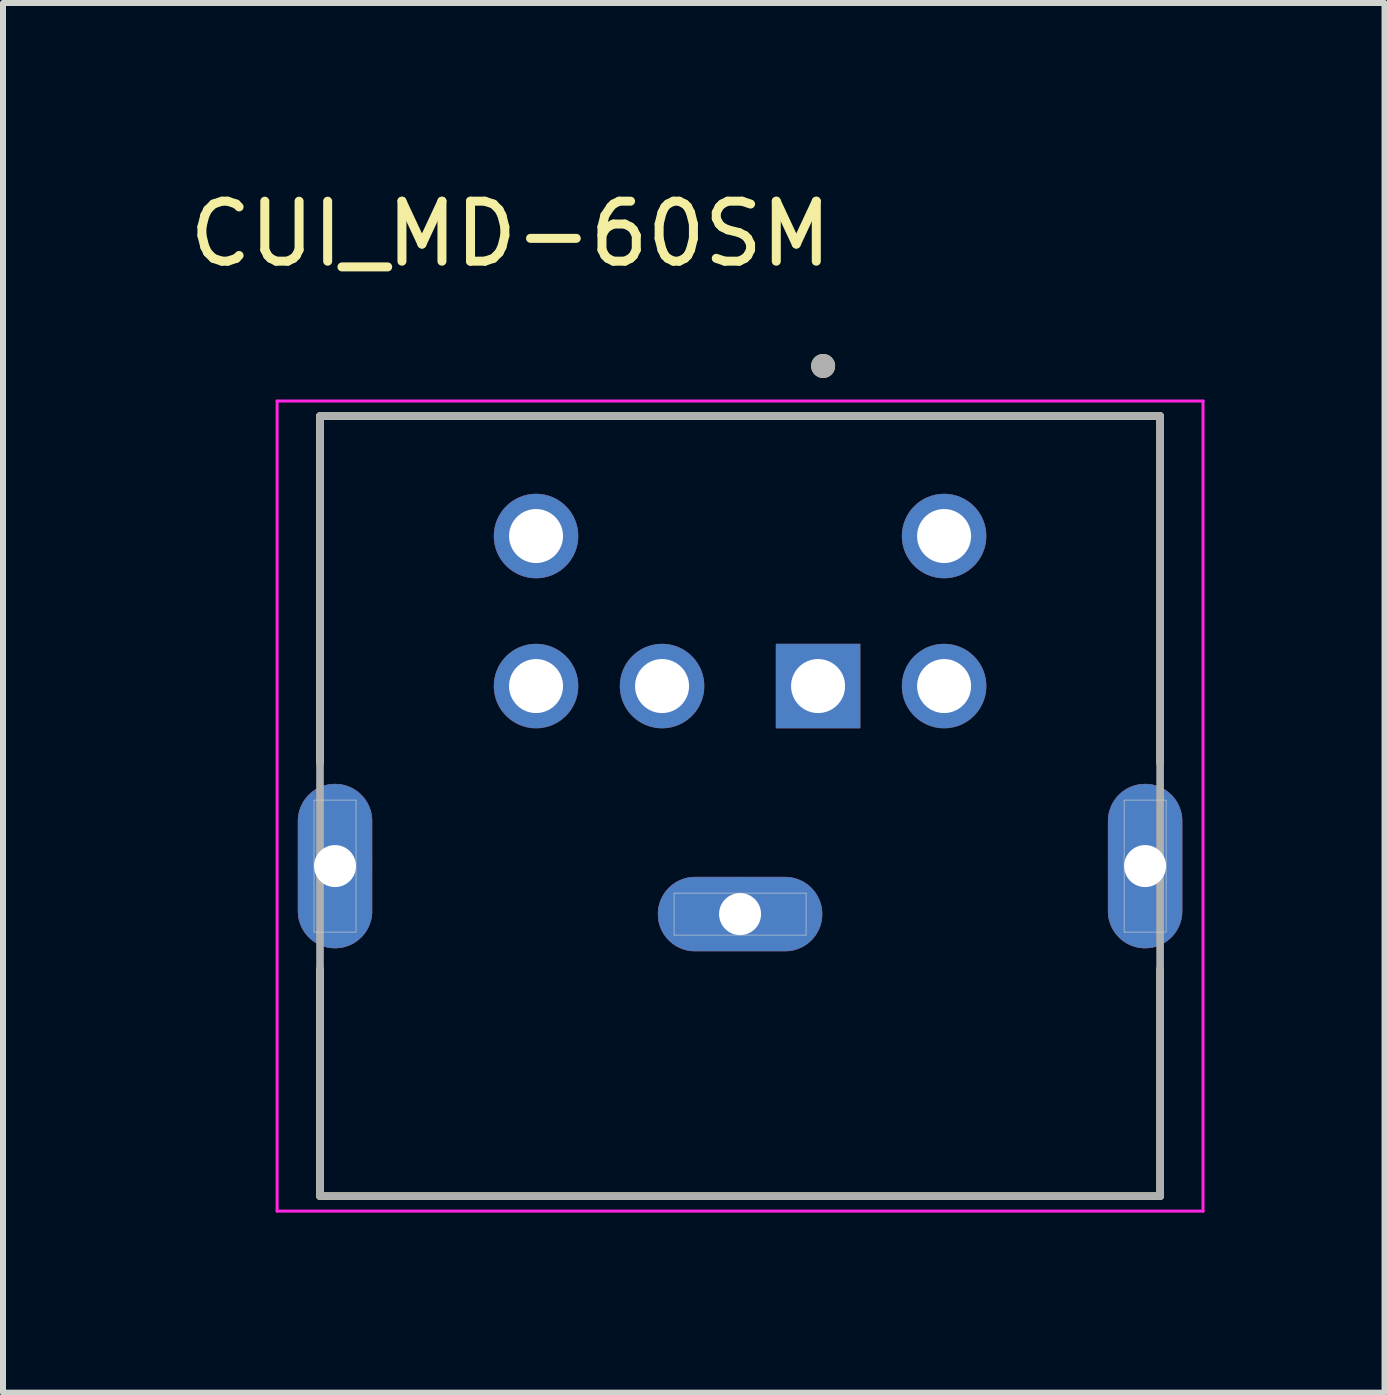
<source format=kicad_pcb>
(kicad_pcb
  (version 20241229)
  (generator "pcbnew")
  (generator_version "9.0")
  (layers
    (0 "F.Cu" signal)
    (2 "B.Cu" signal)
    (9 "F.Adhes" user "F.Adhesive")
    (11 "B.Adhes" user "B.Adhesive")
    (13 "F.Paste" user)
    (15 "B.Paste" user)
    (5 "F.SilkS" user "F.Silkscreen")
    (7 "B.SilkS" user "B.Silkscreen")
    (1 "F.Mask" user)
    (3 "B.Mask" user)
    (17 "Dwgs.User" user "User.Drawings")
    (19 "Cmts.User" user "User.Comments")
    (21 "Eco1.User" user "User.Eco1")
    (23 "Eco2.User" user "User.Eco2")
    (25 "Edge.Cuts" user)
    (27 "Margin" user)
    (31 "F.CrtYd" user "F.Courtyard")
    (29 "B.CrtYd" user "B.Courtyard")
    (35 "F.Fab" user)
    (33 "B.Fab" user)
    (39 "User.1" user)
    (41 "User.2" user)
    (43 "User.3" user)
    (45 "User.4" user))
  (footprint "CUI_MD-60SM"
    (layer "F.Cu")
    (at 9.283 12.183)
    (property "Reference" "CUI_MD-60SM" (at -3.825 -11.335 0) (layer "F.SilkS") (effects (font (size 1 1) (thickness 0.15))))
    (attr through_hole)
    (fp_poly (pts (xy -6.135 -1.55) (xy -6.135 -0.05) (xy -6.136 -0.018) (xy -6.138 0.014) (xy -6.143 0.046) (xy -6.148 0.078) (xy -6.156 0.109) (xy -6.165 0.14) (xy -6.176 0.17) (xy -6.188 0.2) (xy -6.202 0.229) (xy -6.217 0.257) (xy -6.234 0.285) (xy -6.252 0.311) (xy -6.272 0.337) (xy -6.293 0.362) (xy -6.315 0.385) (xy -6.338 0.407) (xy -6.363 0.428) (xy -6.389 0.448) (xy -6.415 0.466) (xy -6.442 0.483) (xy -6.471 0.498) (xy -6.5 0.512) (xy -6.53 0.524) (xy -6.56 0.535) (xy -6.591 0.544) (xy -6.622 0.552) (xy -6.654 0.557) (xy -6.686 0.562) (xy -6.718 0.564) (xy -6.75 0.565) (xy -6.782 0.564) (xy -6.814 0.562) (xy -6.846 0.557) (xy -6.878 0.552) (xy -6.909 0.544) (xy -6.94 0.535) (xy -6.97 0.524) (xy -7 0.512) (xy -7.029 0.498) (xy -7.058 0.483) (xy -7.085 0.466) (xy -7.111 0.448) (xy -7.137 0.428) (xy -7.162 0.407) (xy -7.185 0.385) (xy -7.207 0.362) (xy -7.228 0.337) (xy -7.248 0.311) (xy -7.266 0.285) (xy -7.283 0.257) (xy -7.298 0.229) (xy -7.312 0.2) (xy -7.324 0.17) (xy -7.335 0.14) (xy -7.344 0.109) (xy -7.352 0.078) (xy -7.357 0.046) (xy -7.362 0.014) (xy -7.364 -0.018) (xy -7.365 -0.05) (xy -7.365 -1.55) (xy -7.364 -1.582) (xy -7.362 -1.614) (xy -7.357 -1.646) (xy -7.352 -1.678) (xy -7.344 -1.709) (xy -7.335 -1.74) (xy -7.324 -1.77) (xy -7.312 -1.8) (xy -7.298 -1.829) (xy -7.283 -1.857) (xy -7.266 -1.885) (xy -7.248 -1.911) (xy -7.228 -1.937) (xy -7.207 -1.962) (xy -7.185 -1.985) (xy -7.162 -2.007) (xy -7.137 -2.028) (xy -7.111 -2.048) (xy -7.085 -2.066) (xy -7.058 -2.083) (xy -7.029 -2.098) (xy -7 -2.112) (xy -6.97 -2.124) (xy -6.94 -2.135) (xy -6.909 -2.144) (xy -6.878 -2.152) (xy -6.846 -2.157) (xy -6.814 -2.162) (xy -6.782 -2.164) (xy -6.75 -2.165) (xy -6.718 -2.164) (xy -6.686 -2.162) (xy -6.654 -2.157) (xy -6.622 -2.152) (xy -6.591 -2.144) (xy -6.56 -2.135) (xy -6.53 -2.124) (xy -6.5 -2.112) (xy -6.471 -2.098) (xy -6.442 -2.083) (xy -6.415 -2.066) (xy -6.389 -2.048) (xy -6.363 -2.028) (xy -6.338 -2.007) (xy -6.315 -1.985) (xy -6.293 -1.962) (xy -6.272 -1.937) (xy -6.252 -1.911) (xy -6.234 -1.885) (xy -6.217 -1.857) (xy -6.202 -1.829) (xy -6.188 -1.8) (xy -6.176 -1.77) (xy -6.165 -1.74) (xy -6.156 -1.709) (xy -6.148 -1.678) (xy -6.143 -1.646) (xy -6.138 -1.614) (xy -6.136 -1.582) (xy -6.135 -1.55)) (stroke (width 0.01) (type solid)) (fill yes) (layer "F.Cu"))
    (fp_poly (pts (xy 7.365 -1.55) (xy 7.365 -0.05) (xy 7.364 -0.018) (xy 7.362 0.014) (xy 7.357 0.046) (xy 7.352 0.078) (xy 7.344 0.109) (xy 7.335 0.14) (xy 7.324 0.17) (xy 7.312 0.2) (xy 7.298 0.229) (xy 7.283 0.257) (xy 7.266 0.285) (xy 7.248 0.311) (xy 7.228 0.337) (xy 7.207 0.362) (xy 7.185 0.385) (xy 7.162 0.407) (xy 7.137 0.428) (xy 7.111 0.448) (xy 7.085 0.466) (xy 7.058 0.483) (xy 7.029 0.498) (xy 7 0.512) (xy 6.97 0.524) (xy 6.94 0.535) (xy 6.909 0.544) (xy 6.878 0.552) (xy 6.846 0.557) (xy 6.814 0.562) (xy 6.782 0.564) (xy 6.75 0.565) (xy 6.718 0.564) (xy 6.686 0.562) (xy 6.654 0.557) (xy 6.622 0.552) (xy 6.591 0.544) (xy 6.56 0.535) (xy 6.53 0.524) (xy 6.5 0.512) (xy 6.471 0.498) (xy 6.442 0.483) (xy 6.415 0.466) (xy 6.389 0.448) (xy 6.363 0.428) (xy 6.338 0.407) (xy 6.315 0.385) (xy 6.293 0.362) (xy 6.272 0.337) (xy 6.252 0.311) (xy 6.234 0.285) (xy 6.217 0.257) (xy 6.202 0.229) (xy 6.188 0.2) (xy 6.176 0.17) (xy 6.165 0.14) (xy 6.156 0.109) (xy 6.148 0.078) (xy 6.143 0.046) (xy 6.138 0.014) (xy 6.136 -0.018) (xy 6.135 -0.05) (xy 6.135 -1.55) (xy 6.136 -1.582) (xy 6.138 -1.614) (xy 6.143 -1.646) (xy 6.148 -1.678) (xy 6.156 -1.709) (xy 6.165 -1.74) (xy 6.176 -1.77) (xy 6.188 -1.8) (xy 6.202 -1.829) (xy 6.217 -1.857) (xy 6.234 -1.885) (xy 6.252 -1.911) (xy 6.272 -1.937) (xy 6.293 -1.962) (xy 6.315 -1.985) (xy 6.338 -2.007) (xy 6.363 -2.028) (xy 6.389 -2.048) (xy 6.415 -2.066) (xy 6.442 -2.083) (xy 6.471 -2.098) (xy 6.5 -2.112) (xy 6.53 -2.124) (xy 6.56 -2.135) (xy 6.591 -2.144) (xy 6.622 -2.152) (xy 6.654 -2.157) (xy 6.686 -2.162) (xy 6.718 -2.164) (xy 6.75 -2.165) (xy 6.782 -2.164) (xy 6.814 -2.162) (xy 6.846 -2.157) (xy 6.878 -2.152) (xy 6.909 -2.144) (xy 6.94 -2.135) (xy 6.97 -2.124) (xy 7 -2.112) (xy 7.029 -2.098) (xy 7.058 -2.083) (xy 7.085 -2.066) (xy 7.111 -2.048) (xy 7.137 -2.028) (xy 7.162 -2.007) (xy 7.185 -1.985) (xy 7.207 -1.962) (xy 7.228 -1.937) (xy 7.248 -1.911) (xy 7.266 -1.885) (xy 7.283 -1.857) (xy 7.298 -1.829) (xy 7.312 -1.8) (xy 7.324 -1.77) (xy 7.335 -1.74) (xy 7.344 -1.709) (xy 7.352 -1.678) (xy 7.357 -1.646) (xy 7.362 -1.614) (xy 7.364 -1.582) (xy 7.365 -1.55)) (stroke (width 0.01) (type solid)) (fill yes) (layer "F.Cu"))
    (fp_poly (pts (xy 0 0.615) (xy -0.75 0.615) (xy -0.782 0.614) (xy -0.814 0.612) (xy -0.846 0.607) (xy -0.878 0.602) (xy -0.909 0.594) (xy -0.94 0.585) (xy -0.97 0.574) (xy -1 0.562) (xy -1.029 0.548) (xy -1.058 0.533) (xy -1.085 0.516) (xy -1.111 0.498) (xy -1.137 0.478) (xy -1.162 0.457) (xy -1.185 0.435) (xy -1.207 0.412) (xy -1.228 0.387) (xy -1.248 0.361) (xy -1.266 0.335) (xy -1.283 0.308) (xy -1.298 0.279) (xy -1.312 0.25) (xy -1.324 0.22) (xy -1.335 0.19) (xy -1.344 0.159) (xy -1.352 0.128) (xy -1.357 0.096) (xy -1.362 0.064) (xy -1.364 0.032) (xy -1.365 0) (xy -1.364 -0.032) (xy -1.362 -0.064) (xy -1.357 -0.096) (xy -1.352 -0.128) (xy -1.344 -0.159) (xy -1.335 -0.19) (xy -1.324 -0.22) (xy -1.312 -0.25) (xy -1.298 -0.279) (xy -1.283 -0.307) (xy -1.266 -0.335) (xy -1.248 -0.361) (xy -1.228 -0.387) (xy -1.207 -0.412) (xy -1.185 -0.435) (xy -1.162 -0.457) (xy -1.137 -0.478) (xy -1.111 -0.498) (xy -1.085 -0.516) (xy -1.058 -0.533) (xy -1.029 -0.548) (xy -1 -0.562) (xy -0.97 -0.574) (xy -0.94 -0.585) (xy -0.909 -0.594) (xy -0.878 -0.602) (xy -0.846 -0.607) (xy -0.814 -0.612) (xy -0.782 -0.614) (xy -0.75 -0.615) (xy 0 -0.615) (xy 0.75 -0.615) (xy 0.782 -0.614) (xy 0.814 -0.612) (xy 0.846 -0.607) (xy 0.878 -0.602) (xy 0.909 -0.594) (xy 0.94 -0.585) (xy 0.97 -0.574) (xy 1 -0.562) (xy 1.029 -0.548) (xy 1.058 -0.533) (xy 1.085 -0.516) (xy 1.111 -0.498) (xy 1.137 -0.478) (xy 1.162 -0.457) (xy 1.185 -0.435) (xy 1.207 -0.412) (xy 1.228 -0.387) (xy 1.248 -0.361) (xy 1.266 -0.335) (xy 1.283 -0.307) (xy 1.298 -0.279) (xy 1.312 -0.25) (xy 1.324 -0.22) (xy 1.335 -0.19) (xy 1.344 -0.159) (xy 1.352 -0.128) (xy 1.357 -0.096) (xy 1.362 -0.064) (xy 1.364 -0.032) (xy 1.365 0) (xy 1.364 0.032) (xy 1.362 0.064) (xy 1.357 0.096) (xy 1.352 0.128) (xy 1.344 0.159) (xy 1.335 0.19) (xy 1.324 0.22) (xy 1.312 0.25) (xy 1.298 0.279) (xy 1.283 0.307) (xy 1.266 0.335) (xy 1.248 0.361) (xy 1.228 0.387) (xy 1.207 0.412) (xy 1.185 0.435) (xy 1.162 0.457) (xy 1.137 0.478) (xy 1.111 0.498) (xy 1.085 0.516) (xy 1.058 0.533) (xy 1.029 0.548) (xy 1 0.562) (xy 0.97 0.574) (xy 0.94 0.585) (xy 0.909 0.594) (xy 0.878 0.602) (xy 0.846 0.607) (xy 0.814 0.612) (xy 0.782 0.614) (xy 0.75 0.615) (xy 0 0.615)) (stroke (width 0.01) (type solid)) (fill yes) (layer "F.Cu"))
    (fp_poly (pts (xy -6.035 -1.55) (xy -6.035 -0.05) (xy -6.036 -0.013) (xy -6.039 0.025) (xy -6.044 0.062) (xy -6.051 0.099) (xy -6.059 0.135) (xy -6.07 0.171) (xy -6.082 0.206) (xy -6.097 0.241) (xy -6.113 0.275) (xy -6.131 0.308) (xy -6.15 0.339) (xy -6.172 0.37) (xy -6.194 0.4) (xy -6.219 0.428) (xy -6.244 0.456) (xy -6.272 0.481) (xy -6.3 0.506) (xy -6.33 0.528) (xy -6.361 0.55) (xy -6.393 0.569) (xy -6.425 0.587) (xy -6.459 0.603) (xy -6.494 0.618) (xy -6.529 0.63) (xy -6.565 0.641) (xy -6.601 0.649) (xy -6.638 0.656) (xy -6.675 0.661) (xy -6.713 0.664) (xy -6.75 0.665) (xy -6.787 0.664) (xy -6.825 0.661) (xy -6.862 0.656) (xy -6.899 0.649) (xy -6.935 0.641) (xy -6.971 0.63) (xy -7.006 0.618) (xy -7.041 0.603) (xy -7.075 0.587) (xy -7.108 0.569) (xy -7.139 0.55) (xy -7.17 0.528) (xy -7.2 0.506) (xy -7.228 0.481) (xy -7.256 0.456) (xy -7.281 0.428) (xy -7.306 0.4) (xy -7.328 0.37) (xy -7.35 0.339) (xy -7.369 0.308) (xy -7.387 0.275) (xy -7.403 0.241) (xy -7.418 0.206) (xy -7.43 0.171) (xy -7.441 0.135) (xy -7.449 0.099) (xy -7.456 0.062) (xy -7.461 0.025) (xy -7.464 -0.013) (xy -7.465 -0.05) (xy -7.465 -1.55) (xy -7.464 -1.587) (xy -7.461 -1.625) (xy -7.456 -1.662) (xy -7.449 -1.699) (xy -7.441 -1.735) (xy -7.43 -1.771) (xy -7.418 -1.806) (xy -7.403 -1.841) (xy -7.387 -1.875) (xy -7.369 -1.908) (xy -7.35 -1.939) (xy -7.328 -1.97) (xy -7.306 -2) (xy -7.281 -2.028) (xy -7.256 -2.056) (xy -7.228 -2.081) (xy -7.2 -2.106) (xy -7.17 -2.128) (xy -7.139 -2.15) (xy -7.107 -2.169) (xy -7.075 -2.187) (xy -7.041 -2.203) (xy -7.006 -2.218) (xy -6.971 -2.23) (xy -6.935 -2.241) (xy -6.899 -2.249) (xy -6.862 -2.256) (xy -6.825 -2.261) (xy -6.787 -2.264) (xy -6.75 -2.265) (xy -6.713 -2.264) (xy -6.675 -2.261) (xy -6.638 -2.256) (xy -6.601 -2.249) (xy -6.565 -2.241) (xy -6.529 -2.23) (xy -6.494 -2.218) (xy -6.459 -2.203) (xy -6.425 -2.187) (xy -6.393 -2.169) (xy -6.361 -2.15) (xy -6.33 -2.128) (xy -6.3 -2.106) (xy -6.272 -2.081) (xy -6.244 -2.056) (xy -6.219 -2.028) (xy -6.194 -2) (xy -6.172 -1.97) (xy -6.15 -1.939) (xy -6.131 -1.908) (xy -6.113 -1.875) (xy -6.097 -1.841) (xy -6.082 -1.806) (xy -6.07 -1.771) (xy -6.059 -1.735) (xy -6.051 -1.699) (xy -6.044 -1.662) (xy -6.039 -1.625) (xy -6.036 -1.587) (xy -6.035 -1.55)) (stroke (width 0.01) (type solid)) (fill yes) (layer "F.Mask"))
    (fp_poly (pts (xy 7.465 -1.55) (xy 7.465 -0.05) (xy 7.464 -0.013) (xy 7.461 0.025) (xy 7.456 0.062) (xy 7.449 0.099) (xy 7.441 0.135) (xy 7.43 0.171) (xy 7.418 0.206) (xy 7.403 0.241) (xy 7.387 0.275) (xy 7.369 0.308) (xy 7.35 0.339) (xy 7.328 0.37) (xy 7.306 0.4) (xy 7.281 0.428) (xy 7.256 0.456) (xy 7.228 0.481) (xy 7.2 0.506) (xy 7.17 0.528) (xy 7.139 0.55) (xy 7.107 0.569) (xy 7.075 0.587) (xy 7.041 0.603) (xy 7.006 0.618) (xy 6.971 0.63) (xy 6.935 0.641) (xy 6.899 0.649) (xy 6.862 0.656) (xy 6.825 0.661) (xy 6.787 0.664) (xy 6.75 0.665) (xy 6.713 0.664) (xy 6.675 0.661) (xy 6.638 0.656) (xy 6.601 0.649) (xy 6.565 0.641) (xy 6.529 0.63) (xy 6.494 0.618) (xy 6.459 0.603) (xy 6.425 0.587) (xy 6.392 0.569) (xy 6.361 0.55) (xy 6.33 0.528) (xy 6.3 0.506) (xy 6.272 0.481) (xy 6.244 0.456) (xy 6.219 0.428) (xy 6.194 0.4) (xy 6.172 0.37) (xy 6.15 0.339) (xy 6.131 0.308) (xy 6.113 0.275) (xy 6.097 0.241) (xy 6.082 0.206) (xy 6.07 0.171) (xy 6.059 0.135) (xy 6.051 0.099) (xy 6.044 0.062) (xy 6.039 0.025) (xy 6.036 -0.013) (xy 6.035 -0.05) (xy 6.035 -1.55) (xy 6.036 -1.587) (xy 6.039 -1.625) (xy 6.044 -1.662) (xy 6.051 -1.699) (xy 6.059 -1.735) (xy 6.07 -1.771) (xy 6.082 -1.806) (xy 6.097 -1.841) (xy 6.113 -1.875) (xy 6.131 -1.908) (xy 6.15 -1.939) (xy 6.172 -1.97) (xy 6.194 -2) (xy 6.219 -2.028) (xy 6.244 -2.056) (xy 6.272 -2.081) (xy 6.3 -2.106) (xy 6.33 -2.128) (xy 6.361 -2.15) (xy 6.393 -2.169) (xy 6.425 -2.187) (xy 6.459 -2.203) (xy 6.494 -2.218) (xy 6.529 -2.23) (xy 6.565 -2.241) (xy 6.601 -2.249) (xy 6.638 -2.256) (xy 6.675 -2.261) (xy 6.713 -2.264) (xy 6.75 -2.265) (xy 6.787 -2.264) (xy 6.825 -2.261) (xy 6.862 -2.256) (xy 6.899 -2.249) (xy 6.935 -2.241) (xy 6.971 -2.23) (xy 7.006 -2.218) (xy 7.041 -2.203) (xy 7.075 -2.187) (xy 7.107 -2.169) (xy 7.139 -2.15) (xy 7.17 -2.128) (xy 7.2 -2.106) (xy 7.228 -2.081) (xy 7.256 -2.056) (xy 7.281 -2.028) (xy 7.306 -2) (xy 7.328 -1.97) (xy 7.35 -1.939) (xy 7.369 -1.908) (xy 7.387 -1.875) (xy 7.403 -1.841) (xy 7.418 -1.806) (xy 7.43 -1.771) (xy 7.441 -1.735) (xy 7.449 -1.699) (xy 7.456 -1.662) (xy 7.461 -1.625) (xy 7.464 -1.587) (xy 7.465 -1.55)) (stroke (width 0.01) (type solid)) (fill yes) (layer "F.Mask"))
    (fp_poly (pts (xy 0 0.715) (xy -0.75 0.715) (xy -0.787 0.714) (xy -0.825 0.711) (xy -0.862 0.706) (xy -0.899 0.699) (xy -0.935 0.691) (xy -0.971 0.68) (xy -1.006 0.668) (xy -1.041 0.653) (xy -1.075 0.637) (xy -1.107 0.619) (xy -1.139 0.6) (xy -1.17 0.578) (xy -1.2 0.556) (xy -1.228 0.531) (xy -1.256 0.506) (xy -1.281 0.478) (xy -1.306 0.45) (xy -1.328 0.42) (xy -1.35 0.389) (xy -1.369 0.357) (xy -1.387 0.325) (xy -1.403 0.291) (xy -1.418 0.256) (xy -1.43 0.221) (xy -1.441 0.185) (xy -1.449 0.149) (xy -1.456 0.112) (xy -1.461 0.075) (xy -1.464 0.037) (xy -1.465 0) (xy -1.464 -0.037) (xy -1.461 -0.075) (xy -1.456 -0.112) (xy -1.449 -0.149) (xy -1.441 -0.185) (xy -1.43 -0.221) (xy -1.418 -0.256) (xy -1.403 -0.291) (xy -1.387 -0.325) (xy -1.369 -0.357) (xy -1.35 -0.389) (xy -1.328 -0.42) (xy -1.306 -0.45) (xy -1.281 -0.478) (xy -1.256 -0.506) (xy -1.228 -0.531) (xy -1.2 -0.556) (xy -1.17 -0.578) (xy -1.139 -0.6) (xy -1.107 -0.619) (xy -1.075 -0.637) (xy -1.041 -0.653) (xy -1.006 -0.668) (xy -0.971 -0.68) (xy -0.935 -0.691) (xy -0.899 -0.699) (xy -0.862 -0.706) (xy -0.825 -0.711) (xy -0.787 -0.714) (xy -0.75 -0.715) (xy 0 -0.715) (xy 0.75 -0.715) (xy 0.787 -0.714) (xy 0.825 -0.711) (xy 0.862 -0.706) (xy 0.899 -0.699) (xy 0.935 -0.691) (xy 0.971 -0.68) (xy 1.006 -0.668) (xy 1.041 -0.653) (xy 1.075 -0.637) (xy 1.107 -0.619) (xy 1.139 -0.6) (xy 1.17 -0.578) (xy 1.2 -0.556) (xy 1.228 -0.531) (xy 1.256 -0.506) (xy 1.281 -0.478) (xy 1.306 -0.45) (xy 1.328 -0.42) (xy 1.35 -0.389) (xy 1.369 -0.357) (xy 1.387 -0.325) (xy 1.403 -0.291) (xy 1.418 -0.256) (xy 1.43 -0.221) (xy 1.441 -0.185) (xy 1.449 -0.149) (xy 1.456 -0.112) (xy 1.461 -0.075) (xy 1.464 -0.037) (xy 1.465 0) (xy 1.464 0.037) (xy 1.461 0.075) (xy 1.456 0.112) (xy 1.449 0.149) (xy 1.441 0.185) (xy 1.43 0.221) (xy 1.418 0.256) (xy 1.403 0.291) (xy 1.387 0.325) (xy 1.369 0.357) (xy 1.35 0.389) (xy 1.328 0.42) (xy 1.306 0.45) (xy 1.281 0.478) (xy 1.256 0.506) (xy 1.228 0.531) (xy 1.2 0.556) (xy 1.17 0.578) (xy 1.139 0.6) (xy 1.107 0.619) (xy 1.075 0.637) (xy 1.041 0.653) (xy 1.006 0.668) (xy 0.971 0.68) (xy 0.935 0.691) (xy 0.899 0.699) (xy 0.862 0.706) (xy 0.825 0.711) (xy 0.787 0.714) (xy 0.75 0.715) (xy 0 0.715)) (stroke (width 0.01) (type solid)) (fill yes) (layer "F.Mask"))
    (fp_poly (pts (xy -6.135 -1.55) (xy -6.135 -0.05) (xy -6.136 -0.018) (xy -6.138 0.014) (xy -6.143 0.046) (xy -6.148 0.078) (xy -6.156 0.109) (xy -6.165 0.14) (xy -6.176 0.17) (xy -6.188 0.2) (xy -6.202 0.229) (xy -6.217 0.257) (xy -6.234 0.285) (xy -6.252 0.311) (xy -6.272 0.337) (xy -6.293 0.362) (xy -6.315 0.385) (xy -6.338 0.407) (xy -6.363 0.428) (xy -6.389 0.448) (xy -6.415 0.466) (xy -6.442 0.483) (xy -6.471 0.498) (xy -6.5 0.512) (xy -6.53 0.524) (xy -6.56 0.535) (xy -6.591 0.544) (xy -6.622 0.552) (xy -6.654 0.557) (xy -6.686 0.562) (xy -6.718 0.564) (xy -6.75 0.565) (xy -6.782 0.564) (xy -6.814 0.562) (xy -6.846 0.557) (xy -6.878 0.552) (xy -6.909 0.544) (xy -6.94 0.535) (xy -6.97 0.524) (xy -7 0.512) (xy -7.029 0.498) (xy -7.058 0.483) (xy -7.085 0.466) (xy -7.111 0.448) (xy -7.137 0.428) (xy -7.162 0.407) (xy -7.185 0.385) (xy -7.207 0.362) (xy -7.228 0.337) (xy -7.248 0.311) (xy -7.266 0.285) (xy -7.283 0.257) (xy -7.298 0.229) (xy -7.312 0.2) (xy -7.324 0.17) (xy -7.335 0.14) (xy -7.344 0.109) (xy -7.352 0.078) (xy -7.357 0.046) (xy -7.362 0.014) (xy -7.364 -0.018) (xy -7.365 -0.05) (xy -7.365 -1.55) (xy -7.364 -1.582) (xy -7.362 -1.614) (xy -7.357 -1.646) (xy -7.352 -1.678) (xy -7.344 -1.709) (xy -7.335 -1.74) (xy -7.324 -1.77) (xy -7.312 -1.8) (xy -7.298 -1.829) (xy -7.283 -1.857) (xy -7.266 -1.885) (xy -7.248 -1.911) (xy -7.228 -1.937) (xy -7.207 -1.962) (xy -7.185 -1.985) (xy -7.162 -2.007) (xy -7.137 -2.028) (xy -7.111 -2.048) (xy -7.085 -2.066) (xy -7.058 -2.083) (xy -7.029 -2.098) (xy -7 -2.112) (xy -6.97 -2.124) (xy -6.94 -2.135) (xy -6.909 -2.144) (xy -6.878 -2.152) (xy -6.846 -2.157) (xy -6.814 -2.162) (xy -6.782 -2.164) (xy -6.75 -2.165) (xy -6.718 -2.164) (xy -6.686 -2.162) (xy -6.654 -2.157) (xy -6.622 -2.152) (xy -6.591 -2.144) (xy -6.56 -2.135) (xy -6.53 -2.124) (xy -6.5 -2.112) (xy -6.471 -2.098) (xy -6.442 -2.083) (xy -6.415 -2.066) (xy -6.389 -2.048) (xy -6.363 -2.028) (xy -6.338 -2.007) (xy -6.315 -1.985) (xy -6.293 -1.962) (xy -6.272 -1.937) (xy -6.252 -1.911) (xy -6.234 -1.885) (xy -6.217 -1.857) (xy -6.202 -1.829) (xy -6.188 -1.8) (xy -6.176 -1.77) (xy -6.165 -1.74) (xy -6.156 -1.709) (xy -6.148 -1.678) (xy -6.143 -1.646) (xy -6.138 -1.614) (xy -6.136 -1.582) (xy -6.135 -1.55)) (stroke (width 0.01) (type solid)) (fill yes) (layer "B.Cu"))
    (fp_poly (pts (xy 7.365 -1.55) (xy 7.365 -0.05) (xy 7.364 -0.018) (xy 7.362 0.014) (xy 7.357 0.046) (xy 7.352 0.078) (xy 7.344 0.109) (xy 7.335 0.14) (xy 7.324 0.17) (xy 7.312 0.2) (xy 7.298 0.229) (xy 7.283 0.257) (xy 7.266 0.285) (xy 7.248 0.311) (xy 7.228 0.337) (xy 7.207 0.362) (xy 7.185 0.385) (xy 7.162 0.407) (xy 7.137 0.428) (xy 7.111 0.448) (xy 7.085 0.466) (xy 7.058 0.483) (xy 7.029 0.498) (xy 7 0.512) (xy 6.97 0.524) (xy 6.94 0.535) (xy 6.909 0.544) (xy 6.878 0.552) (xy 6.846 0.557) (xy 6.814 0.562) (xy 6.782 0.564) (xy 6.75 0.565) (xy 6.718 0.564) (xy 6.686 0.562) (xy 6.654 0.557) (xy 6.622 0.552) (xy 6.591 0.544) (xy 6.56 0.535) (xy 6.53 0.524) (xy 6.5 0.512) (xy 6.471 0.498) (xy 6.442 0.483) (xy 6.415 0.466) (xy 6.389 0.448) (xy 6.363 0.428) (xy 6.338 0.407) (xy 6.315 0.385) (xy 6.293 0.362) (xy 6.272 0.337) (xy 6.252 0.311) (xy 6.234 0.285) (xy 6.217 0.257) (xy 6.202 0.229) (xy 6.188 0.2) (xy 6.176 0.17) (xy 6.165 0.14) (xy 6.156 0.109) (xy 6.148 0.078) (xy 6.143 0.046) (xy 6.138 0.014) (xy 6.136 -0.018) (xy 6.135 -0.05) (xy 6.135 -1.55) (xy 6.136 -1.582) (xy 6.138 -1.614) (xy 6.143 -1.646) (xy 6.148 -1.678) (xy 6.156 -1.709) (xy 6.165 -1.74) (xy 6.176 -1.77) (xy 6.188 -1.8) (xy 6.202 -1.829) (xy 6.217 -1.857) (xy 6.234 -1.885) (xy 6.252 -1.911) (xy 6.272 -1.937) (xy 6.293 -1.962) (xy 6.315 -1.985) (xy 6.338 -2.007) (xy 6.363 -2.028) (xy 6.389 -2.048) (xy 6.415 -2.066) (xy 6.442 -2.083) (xy 6.471 -2.098) (xy 6.5 -2.112) (xy 6.53 -2.124) (xy 6.56 -2.135) (xy 6.591 -2.144) (xy 6.622 -2.152) (xy 6.654 -2.157) (xy 6.686 -2.162) (xy 6.718 -2.164) (xy 6.75 -2.165) (xy 6.782 -2.164) (xy 6.814 -2.162) (xy 6.846 -2.157) (xy 6.878 -2.152) (xy 6.909 -2.144) (xy 6.94 -2.135) (xy 6.97 -2.124) (xy 7 -2.112) (xy 7.029 -2.098) (xy 7.058 -2.083) (xy 7.085 -2.066) (xy 7.111 -2.048) (xy 7.137 -2.028) (xy 7.162 -2.007) (xy 7.185 -1.985) (xy 7.207 -1.962) (xy 7.228 -1.937) (xy 7.248 -1.911) (xy 7.266 -1.885) (xy 7.283 -1.857) (xy 7.298 -1.829) (xy 7.312 -1.8) (xy 7.324 -1.77) (xy 7.335 -1.74) (xy 7.344 -1.709) (xy 7.352 -1.678) (xy 7.357 -1.646) (xy 7.362 -1.614) (xy 7.364 -1.582) (xy 7.365 -1.55)) (stroke (width 0.01) (type solid)) (fill yes) (layer "B.Cu"))
    (fp_poly (pts (xy 0 0.615) (xy -0.75 0.615) (xy -0.782 0.614) (xy -0.814 0.612) (xy -0.846 0.607) (xy -0.878 0.602) (xy -0.909 0.594) (xy -0.94 0.585) (xy -0.97 0.574) (xy -1 0.562) (xy -1.029 0.548) (xy -1.058 0.533) (xy -1.085 0.516) (xy -1.111 0.498) (xy -1.137 0.478) (xy -1.162 0.457) (xy -1.185 0.435) (xy -1.207 0.412) (xy -1.228 0.387) (xy -1.248 0.361) (xy -1.266 0.335) (xy -1.283 0.308) (xy -1.298 0.279) (xy -1.312 0.25) (xy -1.324 0.22) (xy -1.335 0.19) (xy -1.344 0.159) (xy -1.352 0.128) (xy -1.357 0.096) (xy -1.362 0.064) (xy -1.364 0.032) (xy -1.365 0) (xy -1.364 -0.032) (xy -1.362 -0.064) (xy -1.357 -0.096) (xy -1.352 -0.128) (xy -1.344 -0.159) (xy -1.335 -0.19) (xy -1.324 -0.22) (xy -1.312 -0.25) (xy -1.298 -0.279) (xy -1.283 -0.307) (xy -1.266 -0.335) (xy -1.248 -0.361) (xy -1.228 -0.387) (xy -1.207 -0.412) (xy -1.185 -0.435) (xy -1.162 -0.457) (xy -1.137 -0.478) (xy -1.111 -0.498) (xy -1.085 -0.516) (xy -1.058 -0.533) (xy -1.029 -0.548) (xy -1 -0.562) (xy -0.97 -0.574) (xy -0.94 -0.585) (xy -0.909 -0.594) (xy -0.878 -0.602) (xy -0.846 -0.607) (xy -0.814 -0.612) (xy -0.782 -0.614) (xy -0.75 -0.615) (xy 0 -0.615) (xy 0.75 -0.615) (xy 0.782 -0.614) (xy 0.814 -0.612) (xy 0.846 -0.607) (xy 0.878 -0.602) (xy 0.909 -0.594) (xy 0.94 -0.585) (xy 0.97 -0.574) (xy 1 -0.562) (xy 1.029 -0.548) (xy 1.058 -0.533) (xy 1.085 -0.516) (xy 1.111 -0.498) (xy 1.137 -0.478) (xy 1.162 -0.457) (xy 1.185 -0.435) (xy 1.207 -0.412) (xy 1.228 -0.387) (xy 1.248 -0.361) (xy 1.266 -0.335) (xy 1.283 -0.307) (xy 1.298 -0.279) (xy 1.312 -0.25) (xy 1.324 -0.22) (xy 1.335 -0.19) (xy 1.344 -0.159) (xy 1.352 -0.128) (xy 1.357 -0.096) (xy 1.362 -0.064) (xy 1.364 -0.032) (xy 1.365 0) (xy 1.364 0.032) (xy 1.362 0.064) (xy 1.357 0.096) (xy 1.352 0.128) (xy 1.344 0.159) (xy 1.335 0.19) (xy 1.324 0.22) (xy 1.312 0.25) (xy 1.298 0.279) (xy 1.283 0.307) (xy 1.266 0.335) (xy 1.248 0.361) (xy 1.228 0.387) (xy 1.207 0.412) (xy 1.185 0.435) (xy 1.162 0.457) (xy 1.137 0.478) (xy 1.111 0.498) (xy 1.085 0.516) (xy 1.058 0.533) (xy 1.029 0.548) (xy 1 0.562) (xy 0.97 0.574) (xy 0.94 0.585) (xy 0.909 0.594) (xy 0.878 0.602) (xy 0.846 0.607) (xy 0.814 0.612) (xy 0.782 0.614) (xy 0.75 0.615) (xy 0 0.615)) (stroke (width 0.01) (type solid)) (fill yes) (layer "B.Cu"))
    (fp_poly (pts (xy -6.035 -1.55) (xy -6.035 -0.05) (xy -6.036 -0.013) (xy -6.039 0.025) (xy -6.044 0.062) (xy -6.051 0.099) (xy -6.059 0.135) (xy -6.07 0.171) (xy -6.082 0.206) (xy -6.097 0.241) (xy -6.113 0.275) (xy -6.131 0.308) (xy -6.15 0.339) (xy -6.172 0.37) (xy -6.194 0.4) (xy -6.219 0.428) (xy -6.244 0.456) (xy -6.272 0.481) (xy -6.3 0.506) (xy -6.33 0.528) (xy -6.361 0.55) (xy -6.393 0.569) (xy -6.425 0.587) (xy -6.459 0.603) (xy -6.494 0.618) (xy -6.529 0.63) (xy -6.565 0.641) (xy -6.601 0.649) (xy -6.638 0.656) (xy -6.675 0.661) (xy -6.713 0.664) (xy -6.75 0.665) (xy -6.787 0.664) (xy -6.825 0.661) (xy -6.862 0.656) (xy -6.899 0.649) (xy -6.935 0.641) (xy -6.971 0.63) (xy -7.006 0.618) (xy -7.041 0.603) (xy -7.075 0.587) (xy -7.108 0.569) (xy -7.139 0.55) (xy -7.17 0.528) (xy -7.2 0.506) (xy -7.228 0.481) (xy -7.256 0.456) (xy -7.281 0.428) (xy -7.306 0.4) (xy -7.328 0.37) (xy -7.35 0.339) (xy -7.369 0.308) (xy -7.387 0.275) (xy -7.403 0.241) (xy -7.418 0.206) (xy -7.43 0.171) (xy -7.441 0.135) (xy -7.449 0.099) (xy -7.456 0.062) (xy -7.461 0.025) (xy -7.464 -0.013) (xy -7.465 -0.05) (xy -7.465 -1.55) (xy -7.464 -1.587) (xy -7.461 -1.625) (xy -7.456 -1.662) (xy -7.449 -1.699) (xy -7.441 -1.735) (xy -7.43 -1.771) (xy -7.418 -1.806) (xy -7.403 -1.841) (xy -7.387 -1.875) (xy -7.369 -1.908) (xy -7.35 -1.939) (xy -7.328 -1.97) (xy -7.306 -2) (xy -7.281 -2.028) (xy -7.256 -2.056) (xy -7.228 -2.081) (xy -7.2 -2.106) (xy -7.17 -2.128) (xy -7.139 -2.15) (xy -7.107 -2.169) (xy -7.075 -2.187) (xy -7.041 -2.203) (xy -7.006 -2.218) (xy -6.971 -2.23) (xy -6.935 -2.241) (xy -6.899 -2.249) (xy -6.862 -2.256) (xy -6.825 -2.261) (xy -6.787 -2.264) (xy -6.75 -2.265) (xy -6.713 -2.264) (xy -6.675 -2.261) (xy -6.638 -2.256) (xy -6.601 -2.249) (xy -6.565 -2.241) (xy -6.529 -2.23) (xy -6.494 -2.218) (xy -6.459 -2.203) (xy -6.425 -2.187) (xy -6.393 -2.169) (xy -6.361 -2.15) (xy -6.33 -2.128) (xy -6.3 -2.106) (xy -6.272 -2.081) (xy -6.244 -2.056) (xy -6.219 -2.028) (xy -6.194 -2) (xy -6.172 -1.97) (xy -6.15 -1.939) (xy -6.131 -1.908) (xy -6.113 -1.875) (xy -6.097 -1.841) (xy -6.082 -1.806) (xy -6.07 -1.771) (xy -6.059 -1.735) (xy -6.051 -1.699) (xy -6.044 -1.662) (xy -6.039 -1.625) (xy -6.036 -1.587) (xy -6.035 -1.55)) (stroke (width 0.01) (type solid)) (fill yes) (layer "B.Mask"))
    (fp_poly (pts (xy 7.465 -1.55) (xy 7.465 -0.05) (xy 7.464 -0.013) (xy 7.461 0.025) (xy 7.456 0.062) (xy 7.449 0.099) (xy 7.441 0.135) (xy 7.43 0.171) (xy 7.418 0.206) (xy 7.403 0.241) (xy 7.387 0.275) (xy 7.369 0.308) (xy 7.35 0.339) (xy 7.328 0.37) (xy 7.306 0.4) (xy 7.281 0.428) (xy 7.256 0.456) (xy 7.228 0.481) (xy 7.2 0.506) (xy 7.17 0.528) (xy 7.139 0.55) (xy 7.107 0.569) (xy 7.075 0.587) (xy 7.041 0.603) (xy 7.006 0.618) (xy 6.971 0.63) (xy 6.935 0.641) (xy 6.899 0.649) (xy 6.862 0.656) (xy 6.825 0.661) (xy 6.787 0.664) (xy 6.75 0.665) (xy 6.713 0.664) (xy 6.675 0.661) (xy 6.638 0.656) (xy 6.601 0.649) (xy 6.565 0.641) (xy 6.529 0.63) (xy 6.494 0.618) (xy 6.459 0.603) (xy 6.425 0.587) (xy 6.392 0.569) (xy 6.361 0.55) (xy 6.33 0.528) (xy 6.3 0.506) (xy 6.272 0.481) (xy 6.244 0.456) (xy 6.219 0.428) (xy 6.194 0.4) (xy 6.172 0.37) (xy 6.15 0.339) (xy 6.131 0.308) (xy 6.113 0.275) (xy 6.097 0.241) (xy 6.082 0.206) (xy 6.07 0.171) (xy 6.059 0.135) (xy 6.051 0.099) (xy 6.044 0.062) (xy 6.039 0.025) (xy 6.036 -0.013) (xy 6.035 -0.05) (xy 6.035 -1.55) (xy 6.036 -1.587) (xy 6.039 -1.625) (xy 6.044 -1.662) (xy 6.051 -1.699) (xy 6.059 -1.735) (xy 6.07 -1.771) (xy 6.082 -1.806) (xy 6.097 -1.841) (xy 6.113 -1.875) (xy 6.131 -1.908) (xy 6.15 -1.939) (xy 6.172 -1.97) (xy 6.194 -2) (xy 6.219 -2.028) (xy 6.244 -2.056) (xy 6.272 -2.081) (xy 6.3 -2.106) (xy 6.33 -2.128) (xy 6.361 -2.15) (xy 6.393 -2.169) (xy 6.425 -2.187) (xy 6.459 -2.203) (xy 6.494 -2.218) (xy 6.529 -2.23) (xy 6.565 -2.241) (xy 6.601 -2.249) (xy 6.638 -2.256) (xy 6.675 -2.261) (xy 6.713 -2.264) (xy 6.75 -2.265) (xy 6.787 -2.264) (xy 6.825 -2.261) (xy 6.862 -2.256) (xy 6.899 -2.249) (xy 6.935 -2.241) (xy 6.971 -2.23) (xy 7.006 -2.218) (xy 7.041 -2.203) (xy 7.075 -2.187) (xy 7.107 -2.169) (xy 7.139 -2.15) (xy 7.17 -2.128) (xy 7.2 -2.106) (xy 7.228 -2.081) (xy 7.256 -2.056) (xy 7.281 -2.028) (xy 7.306 -2) (xy 7.328 -1.97) (xy 7.35 -1.939) (xy 7.369 -1.908) (xy 7.387 -1.875) (xy 7.403 -1.841) (xy 7.418 -1.806) (xy 7.43 -1.771) (xy 7.441 -1.735) (xy 7.449 -1.699) (xy 7.456 -1.662) (xy 7.461 -1.625) (xy 7.464 -1.587) (xy 7.465 -1.55)) (stroke (width 0.01) (type solid)) (fill yes) (layer "B.Mask"))
    (fp_poly (pts (xy 0 0.715) (xy -0.75 0.715) (xy -0.787 0.714) (xy -0.825 0.711) (xy -0.862 0.706) (xy -0.899 0.699) (xy -0.935 0.691) (xy -0.971 0.68) (xy -1.006 0.668) (xy -1.041 0.653) (xy -1.075 0.637) (xy -1.107 0.619) (xy -1.139 0.6) (xy -1.17 0.578) (xy -1.2 0.556) (xy -1.228 0.531) (xy -1.256 0.506) (xy -1.281 0.478) (xy -1.306 0.45) (xy -1.328 0.42) (xy -1.35 0.389) (xy -1.369 0.357) (xy -1.387 0.325) (xy -1.403 0.291) (xy -1.418 0.256) (xy -1.43 0.221) (xy -1.441 0.185) (xy -1.449 0.149) (xy -1.456 0.112) (xy -1.461 0.075) (xy -1.464 0.037) (xy -1.465 0) (xy -1.464 -0.037) (xy -1.461 -0.075) (xy -1.456 -0.112) (xy -1.449 -0.149) (xy -1.441 -0.185) (xy -1.43 -0.221) (xy -1.418 -0.256) (xy -1.403 -0.291) (xy -1.387 -0.325) (xy -1.369 -0.357) (xy -1.35 -0.389) (xy -1.328 -0.42) (xy -1.306 -0.45) (xy -1.281 -0.478) (xy -1.256 -0.506) (xy -1.228 -0.531) (xy -1.2 -0.556) (xy -1.17 -0.578) (xy -1.139 -0.6) (xy -1.107 -0.619) (xy -1.075 -0.637) (xy -1.041 -0.653) (xy -1.006 -0.668) (xy -0.971 -0.68) (xy -0.935 -0.691) (xy -0.899 -0.699) (xy -0.862 -0.706) (xy -0.825 -0.711) (xy -0.787 -0.714) (xy -0.75 -0.715) (xy 0 -0.715) (xy 0.75 -0.715) (xy 0.787 -0.714) (xy 0.825 -0.711) (xy 0.862 -0.706) (xy 0.899 -0.699) (xy 0.935 -0.691) (xy 0.971 -0.68) (xy 1.006 -0.668) (xy 1.041 -0.653) (xy 1.075 -0.637) (xy 1.107 -0.619) (xy 1.139 -0.6) (xy 1.17 -0.578) (xy 1.2 -0.556) (xy 1.228 -0.531) (xy 1.256 -0.506) (xy 1.281 -0.478) (xy 1.306 -0.45) (xy 1.328 -0.42) (xy 1.35 -0.389) (xy 1.369 -0.357) (xy 1.387 -0.325) (xy 1.403 -0.291) (xy 1.418 -0.256) (xy 1.43 -0.221) (xy 1.441 -0.185) (xy 1.449 -0.149) (xy 1.456 -0.112) (xy 1.461 -0.075) (xy 1.464 -0.037) (xy 1.465 0) (xy 1.464 0.037) (xy 1.461 0.075) (xy 1.456 0.112) (xy 1.449 0.149) (xy 1.441 0.185) (xy 1.43 0.221) (xy 1.418 0.256) (xy 1.403 0.291) (xy 1.387 0.325) (xy 1.369 0.357) (xy 1.35 0.389) (xy 1.328 0.42) (xy 1.306 0.45) (xy 1.281 0.478) (xy 1.256 0.506) (xy 1.228 0.531) (xy 1.2 0.556) (xy 1.17 0.578) (xy 1.139 0.6) (xy 1.107 0.619) (xy 1.075 0.637) (xy 1.041 0.653) (xy 1.006 0.668) (xy 0.971 0.68) (xy 0.935 0.691) (xy 0.899 0.699) (xy 0.862 0.706) (xy 0.825 0.711) (xy 0.787 0.714) (xy 0.75 0.715) (xy 0 0.715)) (stroke (width 0.01) (type solid)) (fill yes) (layer "B.Mask"))
    (fp_line (start -7 -8.3) (end 7 -8.3) (stroke (width 0.127) (type solid)) (layer "F.SilkS"))
    (fp_line (start -7 -2.515) (end -7 -8.3) (stroke (width 0.127) (type solid)) (layer "F.SilkS"))
    (fp_line (start -7 4.7) (end -7 0.915) (stroke (width 0.127) (type solid)) (layer "F.SilkS"))
    (fp_line (start 7 -8.3) (end 7 -2.515) (stroke (width 0.127) (type solid)) (layer "F.SilkS"))
    (fp_line (start 7 4.7) (end -7 4.7) (stroke (width 0.127) (type solid)) (layer "F.SilkS"))
    (fp_line (start 7 4.7) (end 7 0.915) (stroke (width 0.127) (type solid)) (layer "F.SilkS"))
    (fp_circle (center 1.384 -9.134) (end 1.484 -9.134) (stroke (width 0.2) (type solid)) (fill no) (layer "F.SilkS"))
    (fp_line (start -7.1 -1.9) (end -6.4 -1.9) (stroke (width 0.01) (type solid)) (layer "Edge.Cuts"))
    (fp_line (start -7.1 0.3) (end -7.1 -1.9) (stroke (width 0.01) (type solid)) (layer "Edge.Cuts"))
    (fp_line (start -6.4 -1.9) (end -6.4 0.3) (stroke (width 0.01) (type solid)) (layer "Edge.Cuts"))
    (fp_line (start -6.4 0.3) (end -7.1 0.3) (stroke (width 0.01) (type solid)) (layer "Edge.Cuts"))
    (fp_line (start -1.1 -0.35) (end 1.1 -0.35) (stroke (width 0.01) (type solid)) (layer "Edge.Cuts"))
    (fp_line (start -1.1 0.35) (end -1.1 -0.35) (stroke (width 0.01) (type solid)) (layer "Edge.Cuts"))
    (fp_line (start 1.1 -0.35) (end 1.1 0.35) (stroke (width 0.01) (type solid)) (layer "Edge.Cuts"))
    (fp_line (start 1.1 0.35) (end -1.1 0.35) (stroke (width 0.01) (type solid)) (layer "Edge.Cuts"))
    (fp_line (start 6.4 -1.9) (end 7.1 -1.9) (stroke (width 0.01) (type solid)) (layer "Edge.Cuts"))
    (fp_line (start 6.4 0.3) (end 6.4 -1.9) (stroke (width 0.01) (type solid)) (layer "Edge.Cuts"))
    (fp_line (start 7.1 -1.9) (end 7.1 0.3) (stroke (width 0.01) (type solid)) (layer "Edge.Cuts"))
    (fp_line (start 7.1 0.3) (end 6.4 0.3) (stroke (width 0.01) (type solid)) (layer "Edge.Cuts"))
    (fp_line (start -7.715 -8.55) (end -7.715 4.95) (stroke (width 0.05) (type solid)) (layer "F.CrtYd"))
    (fp_line (start -7.715 4.95) (end 7.715 4.95) (stroke (width 0.05) (type solid)) (layer "F.CrtYd"))
    (fp_line (start 7.715 -8.55) (end -7.715 -8.55) (stroke (width 0.05) (type solid)) (layer "F.CrtYd"))
    (fp_line (start 7.715 4.95) (end 7.715 -8.55) (stroke (width 0.05) (type solid)) (layer "F.CrtYd"))
    (fp_line (start -7 -8.3) (end 7 -8.3) (stroke (width 0.127) (type solid)) (layer "F.Fab"))
    (fp_line (start -7 4.7) (end -7 -8.3) (stroke (width 0.127) (type solid)) (layer "F.Fab"))
    (fp_line (start 7 -8.3) (end 7 4.7) (stroke (width 0.127) (type solid)) (layer "F.Fab"))
    (fp_line (start 7 4.7) (end -7 4.7) (stroke (width 0.127) (type solid)) (layer "F.Fab"))
    (fp_circle (center 1.384 -9.134) (end 1.484 -9.134) (stroke (width 0.2) (type solid)) (fill no) (layer "F.Fab"))
    (pad "1" thru_hole rect (at 1.3 -3.8) (size 1.408 1.408) (drill 0.9) (layers "*.Cu" "*.Mask"))
    (pad "2" thru_hole circle (at -1.3 -3.8) (size 1.408 1.408) (drill 0.9) (layers "*.Cu" "*.Mask"))
    (pad "3" thru_hole circle (at 3.4 -3.8) (size 1.408 1.408) (drill 0.9) (layers "*.Cu" "*.Mask"))
    (pad "4" thru_hole circle (at -3.4 -3.8) (size 1.408 1.408) (drill 0.9) (layers "*.Cu" "*.Mask"))
    (pad "5" thru_hole circle (at 3.4 -6.3) (size 1.408 1.408) (drill 0.9) (layers "*.Cu" "*.Mask"))
    (pad "6" thru_hole circle (at -3.4 -6.3) (size 1.408 1.408) (drill 0.9) (layers "*.Cu" "*.Mask"))
    (pad "S1" thru_hole circle (at 0 0) (size 1.23 1.23) (drill 0.7) (layers "*.Cu"))
    (pad "S2" thru_hole circle (at -6.75 -0.8) (size 1.23 1.23) (drill 0.7) (layers "*.Cu"))
    (pad "S3" thru_hole circle (at 6.75 -0.8) (size 1.23 1.23) (drill 0.7) (layers "*.Cu")))
  (gr_rect
    (start -3 -3)
    (end 20.023 20.158)
    (stroke (width 0.1) (type default))
    (fill no)
    (layer "Edge.Cuts")))
</source>
